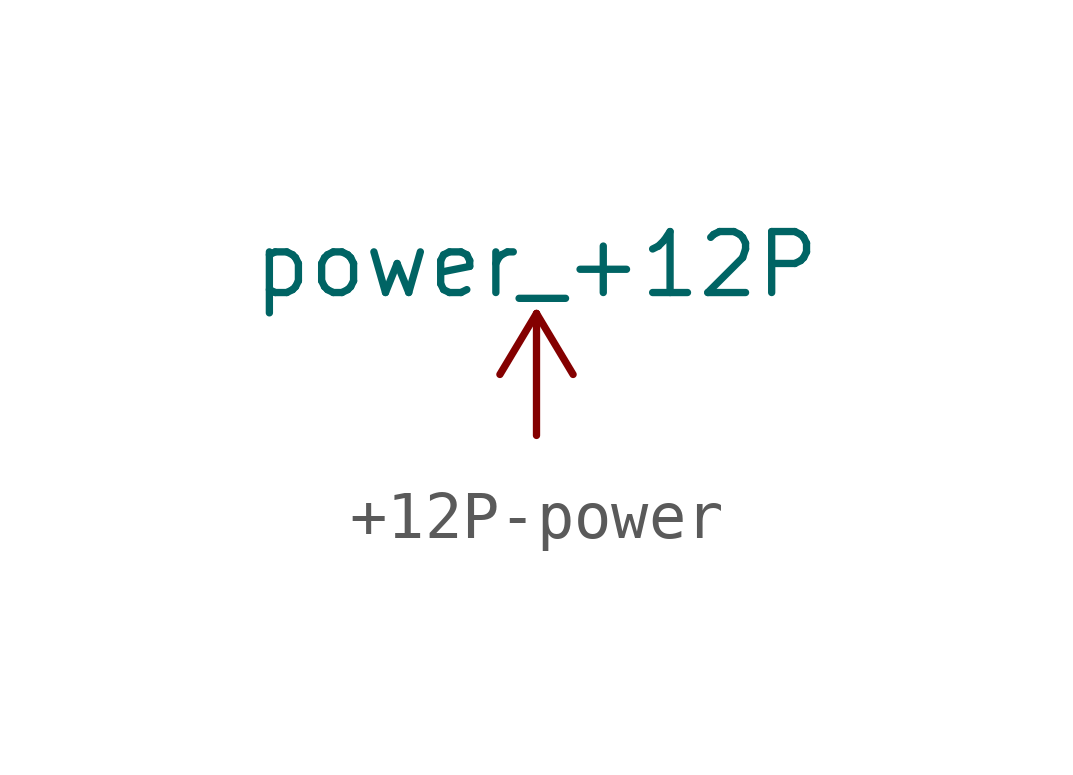
<source format=kicad_sym>
(kicad_symbol_lib
  (version 20231120)
  (generator "kicad_symbol_editor")
  (generator_version "8.0")
  (symbol "+12P-power"
    (power)
    (pin_names
      (offset 0))
    (property "Reference" "#PWR"
      (effects (font (size 1.27 1.27)) (hide yes)))
    (property "Value" "power_+12P"
      (at 0 3.556 0)
      (effects (font (size 1.27 1.27))))
    (symbol "+12P-power_0_1"
      (polyline (pts (xy -0.762 1.27) (xy 0 2.54)) (stroke (width 0) (type solid)) (fill (type none)))
      (polyline (pts (xy 0 0) (xy 0 2.54)) (stroke (width 0) (type solid)) (fill (type none)))
      (polyline (pts (xy 0 2.54) (xy 0.762 1.27)) (stroke (width 0) (type solid)) (fill (type none))))
    (symbol "+12P-power_1_1"
      (pin power_in line (at 0 0 90) (length 0) hide (name "+12P" (effects (font (size 1.27 1.27)))) (number "1" (effects (font (size 1.27 1.27))))))))
</source>
